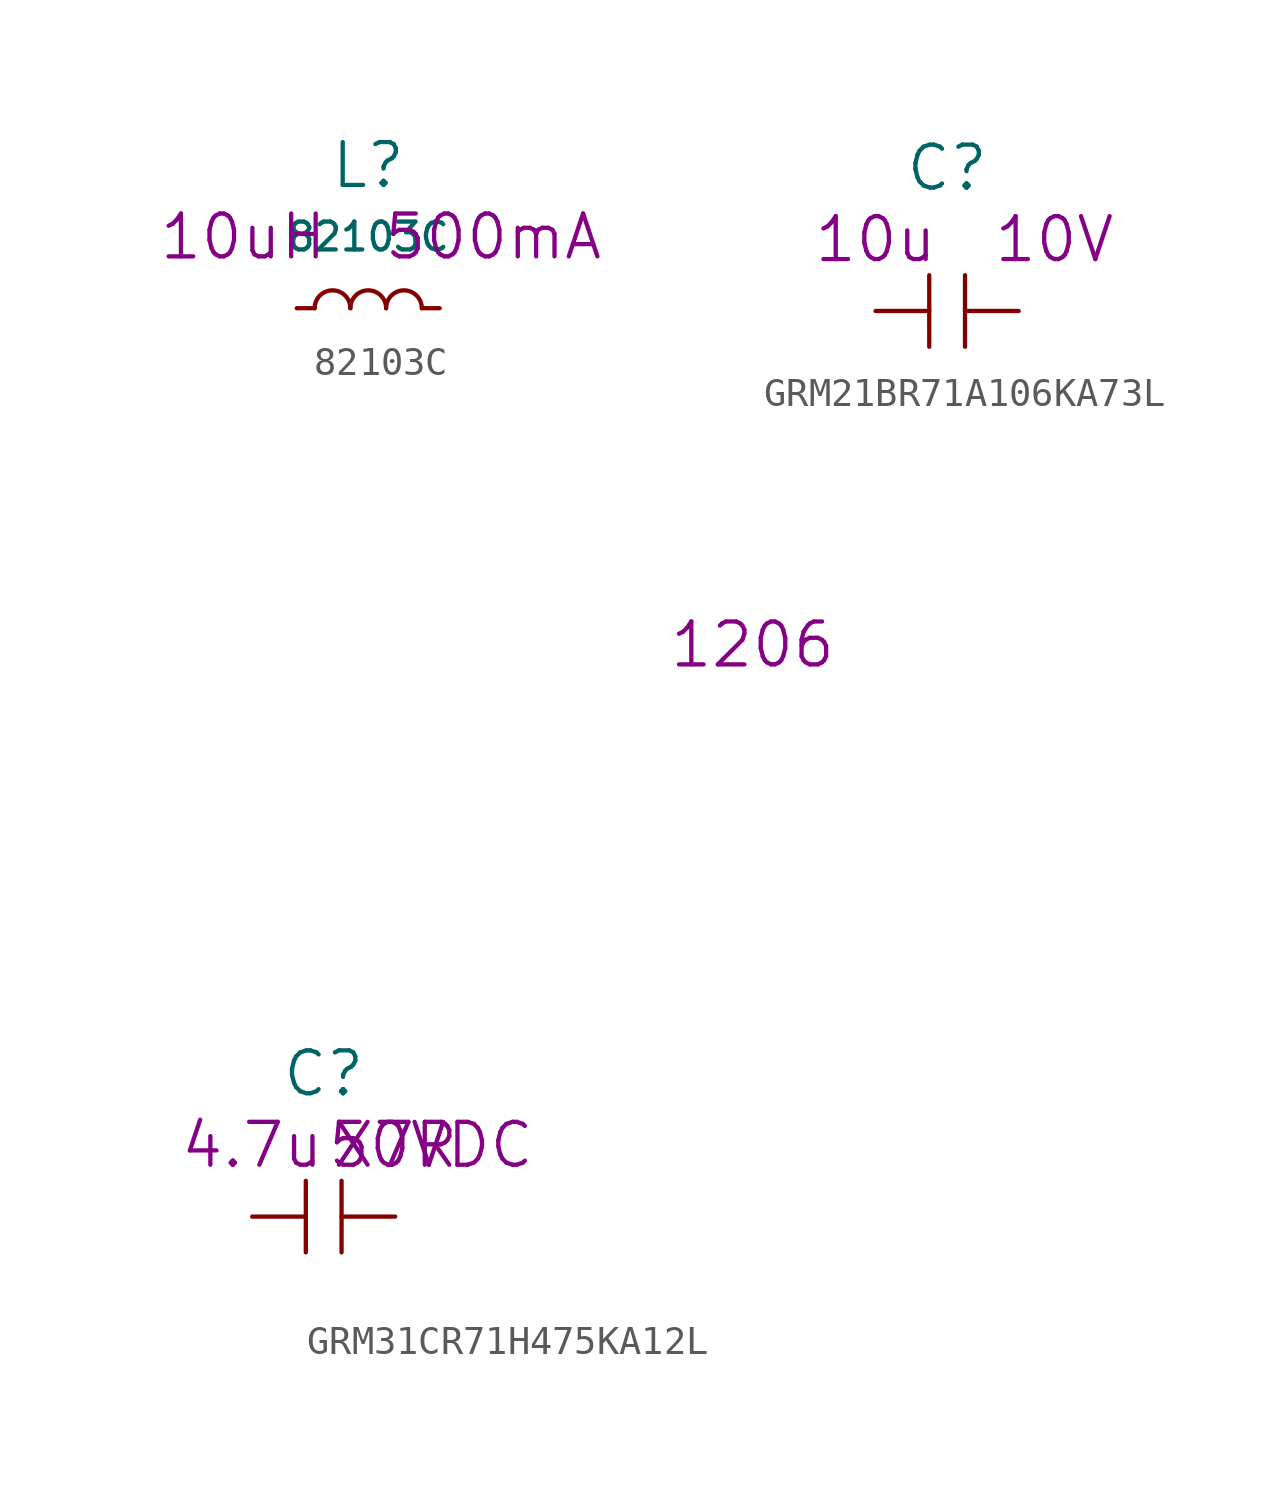
<source format=kicad_sym>
(kicad_symbol_lib
  (version 20220914)
  (generator kicad_symbol_editor)
  (symbol "82103C"
    (pin_numbers hide)
    (pin_names
      (offset 1.016) hide)
    (property "Reference" "L"
      (at 0 5.08 0)
      (effects (font (size 1.524 1.524))))
    (property "Value" "82103C"
      (at 0 2.54 0)
      (effects (font (size 0.991 0.991))))
    (property "Datasheet" ""
      (at 0 5.08 0)
      (effects (font (size 1.524 1.524))))
    (property "Value2" "10uH"
      (at -4.445 2.54 0)
      (effects (font (size 1.524 1.524))))
    (property "DC Current" "500mA"
      (at 4.445 2.54 0)
      (effects (font (size 1.524 1.524))))
    (symbol "82103C_0_1"
      (arc (start -0.635 0) (mid -1.27 0.6323) (end -1.905 0) (stroke (width 0) (type solid)) (fill (type none)))
      (arc (start 0.635 0) (mid 0 0.6323) (end -0.635 0) (stroke (width 0) (type solid)) (fill (type none)))
      (arc (start 1.905 0) (mid 1.27 0.6323) (end 0.635 0) (stroke (width 0) (type solid)) (fill (type none))))
    (symbol "82103C_1_1"
      (pin passive line (at -2.54 0 0) (length 0.635) (name "1" (effects (font (size 1.27 1.27)))) (number "1" (effects (font (size 1.27 1.27)))))
      (pin passive line (at 2.54 0 180) (length 0.635) (name "2" (effects (font (size 1.27 1.27)))) (number "2" (effects (font (size 1.27 1.27)))))))
  (symbol "GRM21BR71A106KA73L"
    (pin_numbers hide)
    (pin_names
      (offset 1.016) hide)
    (property "Reference" "C"
      (at 0 5.08 0)
      (effects (font (size 1.524 1.524))))
    (property "Datasheet" ""
      (at 0 0 0)
      (effects (font (size 1.524 1.524))))
    (property "Value2" "10u"
      (at -2.54 2.54 0)
      (effects (font (size 1.524 1.524))))
    (property "Rating" "10V"
      (at 3.81 2.54 0)
      (effects (font (size 1.524 1.524))))
    (symbol "GRM21BR71A106KA73L_0_1"
      (polyline (pts (xy -0.635 -1.27) (xy -0.635 1.27)) (stroke (width 0) (type solid)) (fill (type none)))
      (polyline (pts (xy 0.635 1.27) (xy 0.635 -1.27)) (stroke (width 0) (type solid)) (fill (type none))))
    (symbol "GRM21BR71A106KA73L_1_1"
      (pin passive line (at -2.54 0 0) (length 1.905) (name "1" (effects (font (size 1.27 1.27)))) (number "1" (effects (font (size 1.27 1.27)))))
      (pin passive line (at 2.54 0 180) (length 1.905) (name "2" (effects (font (size 1.27 1.27)))) (number "2" (effects (font (size 1.27 1.27)))))))
  (symbol "GRM31CR71H475KA12L"
    (pin_numbers hide)
    (pin_names
      (offset 1.016) hide)
    (property "Reference" "C"
      (at 0 5.08 0)
      (effects (font (size 1.524 1.524))))
    (property "Value2" "4.7u"
      (at -2.54 2.54 0)
      (effects (font (size 1.524 1.524))))
    (property "Rating" "50VDC"
      (at 3.81 2.54 0)
      (effects (font (size 1.524 1.524))))
    (property "Dielectric" "X7R"
      (at 2.54 2.54 0)
      (effects (font (size 1.524 1.524))))
    (property "Size" "1206"
      (at 15.24 20.32 0)
      (effects (font (size 1.524 1.524))))
    (symbol "GRM31CR71H475KA12L_0_1"
      (polyline (pts (xy -0.635 -1.27) (xy -0.635 1.27)) (stroke (width 0) (type solid)) (fill (type none)))
      (polyline (pts (xy 0.635 1.27) (xy 0.635 -1.27)) (stroke (width 0) (type solid)) (fill (type none))))
    (symbol "GRM31CR71H475KA12L_1_1"
      (pin passive line (at -2.54 0 0) (length 1.905) (name "1" (effects (font (size 1.27 1.27)))) (number "1" (effects (font (size 1.27 1.27)))))
      (pin passive line (at 2.54 0 180) (length 1.905) (name "2" (effects (font (size 1.27 1.27)))) (number "2" (effects (font (size 1.27 1.27))))))))
</source>
